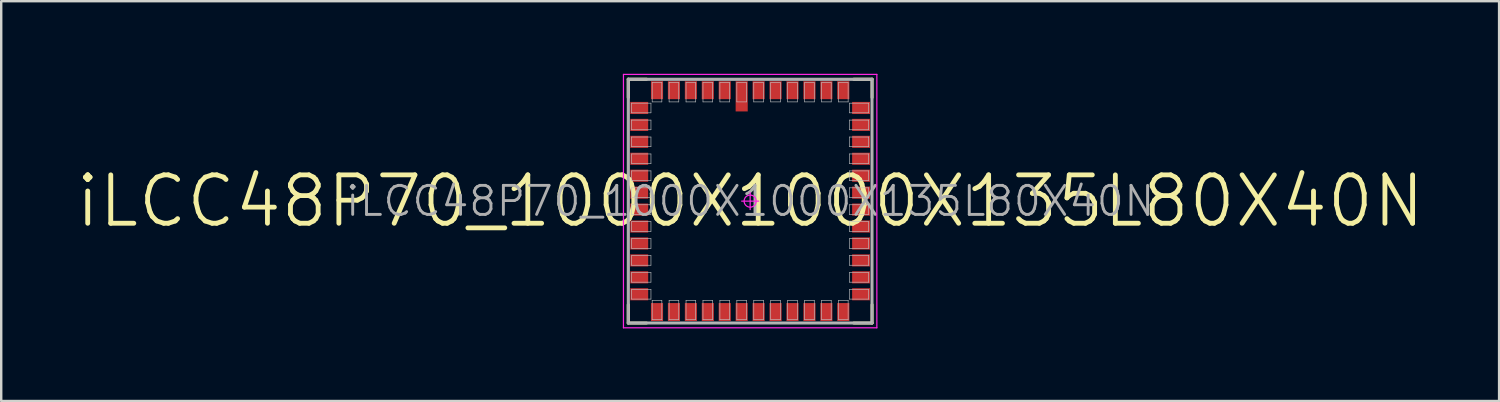
<source format=kicad_pcb>
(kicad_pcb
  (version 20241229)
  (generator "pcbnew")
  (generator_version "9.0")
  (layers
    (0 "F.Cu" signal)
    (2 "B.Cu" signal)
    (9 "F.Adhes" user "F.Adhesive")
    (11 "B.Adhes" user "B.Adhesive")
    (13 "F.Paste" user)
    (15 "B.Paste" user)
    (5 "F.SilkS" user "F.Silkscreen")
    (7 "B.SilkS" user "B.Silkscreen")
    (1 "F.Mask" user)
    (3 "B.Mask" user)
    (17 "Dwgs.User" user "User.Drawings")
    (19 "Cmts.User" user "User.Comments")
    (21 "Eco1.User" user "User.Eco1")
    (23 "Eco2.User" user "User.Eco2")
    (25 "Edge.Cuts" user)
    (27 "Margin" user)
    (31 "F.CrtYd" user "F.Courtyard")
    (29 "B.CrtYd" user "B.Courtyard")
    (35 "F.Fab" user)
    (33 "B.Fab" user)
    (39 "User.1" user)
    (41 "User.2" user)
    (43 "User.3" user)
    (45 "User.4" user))
  (footprint "iLCC48P70_1000X1000X135L80X40N"
    (layer "F.Cu")
    (at 27.957 5.263)
    (property "Reference" "iLCC48P70_1000X1000X135L80X40N" (at 0 0 180) (layer "F.Fab") (effects (font (size 1.2 1.2) (thickness 0.12))))
    (attr smd)
    (fp_line (start -5.04 -5.04) (end -5.04 -4.28) (stroke (width 0.12) (type solid)) (layer "F.SilkS"))
    (fp_line (start -5.04 5.04) (end -5.04 4.28) (stroke (width 0.12) (type solid)) (layer "F.SilkS"))
    (fp_line (start -4.28 -5.04) (end -5.04 -5.04) (stroke (width 0.12) (type solid)) (layer "F.SilkS"))
    (fp_line (start -4.28 5.04) (end -5.04 5.04) (stroke (width 0.12) (type solid)) (layer "F.SilkS"))
    (fp_line (start 4.28 -5.04) (end 5.04 -5.04) (stroke (width 0.12) (type solid)) (layer "F.SilkS"))
    (fp_line (start 4.28 5.04) (end 5.04 5.04) (stroke (width 0.12) (type solid)) (layer "F.SilkS"))
    (fp_line (start 5.04 -5.04) (end 5.04 -4.28) (stroke (width 0.12) (type solid)) (layer "F.SilkS"))
    (fp_line (start 5.04 5.04) (end 5.04 4.28) (stroke (width 0.12) (type solid)) (layer "F.SilkS"))
    (fp_line (start -5 -5) (end 5 -5) (stroke (width 0.025) (type solid)) (layer "Dwgs.User"))
    (fp_line (start -5 5) (end -5 -5) (stroke (width 0.025) (type solid)) (layer "Dwgs.User"))
    (fp_line (start -4.9 -4.05) (end -4.1 -4.05) (stroke (width 0.025) (type solid)) (layer "Dwgs.User"))
    (fp_line (start -4.9 -3.65) (end -4.9 -4.05) (stroke (width 0.025) (type solid)) (layer "Dwgs.User"))
    (fp_line (start -4.9 -3.35) (end -4.1 -3.35) (stroke (width 0.025) (type solid)) (layer "Dwgs.User"))
    (fp_line (start -4.9 -2.95) (end -4.9 -3.35) (stroke (width 0.025) (type solid)) (layer "Dwgs.User"))
    (fp_line (start -4.9 -2.65) (end -4.1 -2.65) (stroke (width 0.025) (type solid)) (layer "Dwgs.User"))
    (fp_line (start -4.9 -2.25) (end -4.9 -2.65) (stroke (width 0.025) (type solid)) (layer "Dwgs.User"))
    (fp_line (start -4.9 -1.95) (end -4.1 -1.95) (stroke (width 0.025) (type solid)) (layer "Dwgs.User"))
    (fp_line (start -4.9 -1.55) (end -4.9 -1.95) (stroke (width 0.025) (type solid)) (layer "Dwgs.User"))
    (fp_line (start -4.9 -1.25) (end -4.1 -1.25) (stroke (width 0.025) (type solid)) (layer "Dwgs.User"))
    (fp_line (start -4.9 -0.85) (end -4.9 -1.25) (stroke (width 0.025) (type solid)) (layer "Dwgs.User"))
    (fp_line (start -4.9 -0.55) (end -4.1 -0.55) (stroke (width 0.025) (type solid)) (layer "Dwgs.User"))
    (fp_line (start -4.9 -0.15) (end -4.9 -0.55) (stroke (width 0.025) (type solid)) (layer "Dwgs.User"))
    (fp_line (start -4.9 0.15) (end -4.1 0.15) (stroke (width 0.025) (type solid)) (layer "Dwgs.User"))
    (fp_line (start -4.9 0.55) (end -4.9 0.15) (stroke (width 0.025) (type solid)) (layer "Dwgs.User"))
    (fp_line (start -4.9 0.85) (end -4.1 0.85) (stroke (width 0.025) (type solid)) (layer "Dwgs.User"))
    (fp_line (start -4.9 1.25) (end -4.9 0.85) (stroke (width 0.025) (type solid)) (layer "Dwgs.User"))
    (fp_line (start -4.9 1.55) (end -4.1 1.55) (stroke (width 0.025) (type solid)) (layer "Dwgs.User"))
    (fp_line (start -4.9 1.95) (end -4.9 1.55) (stroke (width 0.025) (type solid)) (layer "Dwgs.User"))
    (fp_line (start -4.9 2.25) (end -4.1 2.25) (stroke (width 0.025) (type solid)) (layer "Dwgs.User"))
    (fp_line (start -4.9 2.65) (end -4.9 2.25) (stroke (width 0.025) (type solid)) (layer "Dwgs.User"))
    (fp_line (start -4.9 2.95) (end -4.1 2.95) (stroke (width 0.025) (type solid)) (layer "Dwgs.User"))
    (fp_line (start -4.9 3.35) (end -4.9 2.95) (stroke (width 0.025) (type solid)) (layer "Dwgs.User"))
    (fp_line (start -4.9 3.65) (end -4.1 3.65) (stroke (width 0.025) (type solid)) (layer "Dwgs.User"))
    (fp_line (start -4.9 4.05) (end -4.9 3.65) (stroke (width 0.025) (type solid)) (layer "Dwgs.User"))
    (fp_line (start -4.1 -4.05) (end -4.1 -3.65) (stroke (width 0.025) (type solid)) (layer "Dwgs.User"))
    (fp_line (start -4.1 -3.65) (end -4.9 -3.65) (stroke (width 0.025) (type solid)) (layer "Dwgs.User"))
    (fp_line (start -4.1 -3.35) (end -4.1 -2.95) (stroke (width 0.025) (type solid)) (layer "Dwgs.User"))
    (fp_line (start -4.1 -2.95) (end -4.9 -2.95) (stroke (width 0.025) (type solid)) (layer "Dwgs.User"))
    (fp_line (start -4.1 -2.65) (end -4.1 -2.25) (stroke (width 0.025) (type solid)) (layer "Dwgs.User"))
    (fp_line (start -4.1 -2.25) (end -4.9 -2.25) (stroke (width 0.025) (type solid)) (layer "Dwgs.User"))
    (fp_line (start -4.1 -1.95) (end -4.1 -1.55) (stroke (width 0.025) (type solid)) (layer "Dwgs.User"))
    (fp_line (start -4.1 -1.55) (end -4.9 -1.55) (stroke (width 0.025) (type solid)) (layer "Dwgs.User"))
    (fp_line (start -4.1 -1.25) (end -4.1 -0.85) (stroke (width 0.025) (type solid)) (layer "Dwgs.User"))
    (fp_line (start -4.1 -0.85) (end -4.9 -0.85) (stroke (width 0.025) (type solid)) (layer "Dwgs.User"))
    (fp_line (start -4.1 -0.55) (end -4.1 -0.15) (stroke (width 0.025) (type solid)) (layer "Dwgs.User"))
    (fp_line (start -4.1 -0.15) (end -4.9 -0.15) (stroke (width 0.025) (type solid)) (layer "Dwgs.User"))
    (fp_line (start -4.1 0.15) (end -4.1 0.55) (stroke (width 0.025) (type solid)) (layer "Dwgs.User"))
    (fp_line (start -4.1 0.55) (end -4.9 0.55) (stroke (width 0.025) (type solid)) (layer "Dwgs.User"))
    (fp_line (start -4.1 0.85) (end -4.1 1.25) (stroke (width 0.025) (type solid)) (layer "Dwgs.User"))
    (fp_line (start -4.1 1.25) (end -4.9 1.25) (stroke (width 0.025) (type solid)) (layer "Dwgs.User"))
    (fp_line (start -4.1 1.55) (end -4.1 1.95) (stroke (width 0.025) (type solid)) (layer "Dwgs.User"))
    (fp_line (start -4.1 1.95) (end -4.9 1.95) (stroke (width 0.025) (type solid)) (layer "Dwgs.User"))
    (fp_line (start -4.1 2.25) (end -4.1 2.65) (stroke (width 0.025) (type solid)) (layer "Dwgs.User"))
    (fp_line (start -4.1 2.65) (end -4.9 2.65) (stroke (width 0.025) (type solid)) (layer "Dwgs.User"))
    (fp_line (start -4.1 2.95) (end -4.1 3.35) (stroke (width 0.025) (type solid)) (layer "Dwgs.User"))
    (fp_line (start -4.1 3.35) (end -4.9 3.35) (stroke (width 0.025) (type solid)) (layer "Dwgs.User"))
    (fp_line (start -4.1 3.65) (end -4.1 4.05) (stroke (width 0.025) (type solid)) (layer "Dwgs.User"))
    (fp_line (start -4.1 4.05) (end -4.9 4.05) (stroke (width 0.025) (type solid)) (layer "Dwgs.User"))
    (fp_line (start -4.05 -4.9) (end -3.65 -4.9) (stroke (width 0.025) (type solid)) (layer "Dwgs.User"))
    (fp_line (start -4.05 -4.1) (end -4.05 -4.9) (stroke (width 0.025) (type solid)) (layer "Dwgs.User"))
    (fp_line (start -4.05 4.1) (end -3.65 4.1) (stroke (width 0.025) (type solid)) (layer "Dwgs.User"))
    (fp_line (start -4.05 4.9) (end -4.05 4.1) (stroke (width 0.025) (type solid)) (layer "Dwgs.User"))
    (fp_line (start -3.65 -4.9) (end -3.65 -4.1) (stroke (width 0.025) (type solid)) (layer "Dwgs.User"))
    (fp_line (start -3.65 -4.1) (end -4.05 -4.1) (stroke (width 0.025) (type solid)) (layer "Dwgs.User"))
    (fp_line (start -3.65 4.1) (end -3.65 4.9) (stroke (width 0.025) (type solid)) (layer "Dwgs.User"))
    (fp_line (start -3.65 4.9) (end -4.05 4.9) (stroke (width 0.025) (type solid)) (layer "Dwgs.User"))
    (fp_line (start -3.35 -4.9) (end -2.95 -4.9) (stroke (width 0.025) (type solid)) (layer "Dwgs.User"))
    (fp_line (start -3.35 -4.1) (end -3.35 -4.9) (stroke (width 0.025) (type solid)) (layer "Dwgs.User"))
    (fp_line (start -3.35 4.1) (end -2.95 4.1) (stroke (width 0.025) (type solid)) (layer "Dwgs.User"))
    (fp_line (start -3.35 4.9) (end -3.35 4.1) (stroke (width 0.025) (type solid)) (layer "Dwgs.User"))
    (fp_line (start -2.95 -4.9) (end -2.95 -4.1) (stroke (width 0.025) (type solid)) (layer "Dwgs.User"))
    (fp_line (start -2.95 -4.1) (end -3.35 -4.1) (stroke (width 0.025) (type solid)) (layer "Dwgs.User"))
    (fp_line (start -2.95 4.1) (end -2.95 4.9) (stroke (width 0.025) (type solid)) (layer "Dwgs.User"))
    (fp_line (start -2.95 4.9) (end -3.35 4.9) (stroke (width 0.025) (type solid)) (layer "Dwgs.User"))
    (fp_line (start -2.65 -4.9) (end -2.25 -4.9) (stroke (width 0.025) (type solid)) (layer "Dwgs.User"))
    (fp_line (start -2.65 -4.1) (end -2.65 -4.9) (stroke (width 0.025) (type solid)) (layer "Dwgs.User"))
    (fp_line (start -2.65 4.1) (end -2.25 4.1) (stroke (width 0.025) (type solid)) (layer "Dwgs.User"))
    (fp_line (start -2.65 4.9) (end -2.65 4.1) (stroke (width 0.025) (type solid)) (layer "Dwgs.User"))
    (fp_line (start -2.25 -4.9) (end -2.25 -4.1) (stroke (width 0.025) (type solid)) (layer "Dwgs.User"))
    (fp_line (start -2.25 -4.1) (end -2.65 -4.1) (stroke (width 0.025) (type solid)) (layer "Dwgs.User"))
    (fp_line (start -2.25 4.1) (end -2.25 4.9) (stroke (width 0.025) (type solid)) (layer "Dwgs.User"))
    (fp_line (start -2.25 4.9) (end -2.65 4.9) (stroke (width 0.025) (type solid)) (layer "Dwgs.User"))
    (fp_line (start -1.95 -4.9) (end -1.55 -4.9) (stroke (width 0.025) (type solid)) (layer "Dwgs.User"))
    (fp_line (start -1.95 -4.1) (end -1.95 -4.9) (stroke (width 0.025) (type solid)) (layer "Dwgs.User"))
    (fp_line (start -1.95 4.1) (end -1.55 4.1) (stroke (width 0.025) (type solid)) (layer "Dwgs.User"))
    (fp_line (start -1.95 4.9) (end -1.95 4.1) (stroke (width 0.025) (type solid)) (layer "Dwgs.User"))
    (fp_line (start -1.55 -4.9) (end -1.55 -4.1) (stroke (width 0.025) (type solid)) (layer "Dwgs.User"))
    (fp_line (start -1.55 -4.1) (end -1.95 -4.1) (stroke (width 0.025) (type solid)) (layer "Dwgs.User"))
    (fp_line (start -1.55 4.1) (end -1.55 4.9) (stroke (width 0.025) (type solid)) (layer "Dwgs.User"))
    (fp_line (start -1.55 4.9) (end -1.95 4.9) (stroke (width 0.025) (type solid)) (layer "Dwgs.User"))
    (fp_line (start -1.25 -4.9) (end -0.85 -4.9) (stroke (width 0.025) (type solid)) (layer "Dwgs.User"))
    (fp_line (start -1.25 -4.1) (end -1.25 -4.9) (stroke (width 0.025) (type solid)) (layer "Dwgs.User"))
    (fp_line (start -1.25 4.1) (end -0.85 4.1) (stroke (width 0.025) (type solid)) (layer "Dwgs.User"))
    (fp_line (start -1.25 4.9) (end -1.25 4.1) (stroke (width 0.025) (type solid)) (layer "Dwgs.User"))
    (fp_line (start -0.85 -4.9) (end -0.85 -4.1) (stroke (width 0.025) (type solid)) (layer "Dwgs.User"))
    (fp_line (start -0.85 -4.1) (end -1.25 -4.1) (stroke (width 0.025) (type solid)) (layer "Dwgs.User"))
    (fp_line (start -0.85 4.1) (end -0.85 4.9) (stroke (width 0.025) (type solid)) (layer "Dwgs.User"))
    (fp_line (start -0.85 4.9) (end -1.25 4.9) (stroke (width 0.025) (type solid)) (layer "Dwgs.User"))
    (fp_line (start -0.55 -4.9) (end -0.15 -4.9) (stroke (width 0.025) (type solid)) (layer "Dwgs.User"))
    (fp_line (start -0.55 -4.1) (end -0.55 -4.9) (stroke (width 0.025) (type solid)) (layer "Dwgs.User"))
    (fp_line (start -0.55 4.1) (end -0.15 4.1) (stroke (width 0.025) (type solid)) (layer "Dwgs.User"))
    (fp_line (start -0.55 4.9) (end -0.55 4.1) (stroke (width 0.025) (type solid)) (layer "Dwgs.User"))
    (fp_line (start -0.15 -4.9) (end -0.15 -4.1) (stroke (width 0.025) (type solid)) (layer "Dwgs.User"))
    (fp_line (start -0.15 -4.1) (end -0.55 -4.1) (stroke (width 0.025) (type solid)) (layer "Dwgs.User"))
    (fp_line (start -0.15 4.1) (end -0.15 4.9) (stroke (width 0.025) (type solid)) (layer "Dwgs.User"))
    (fp_line (start -0.15 4.9) (end -0.55 4.9) (stroke (width 0.025) (type solid)) (layer "Dwgs.User"))
    (fp_line (start 0.15 -4.9) (end 0.55 -4.9) (stroke (width 0.025) (type solid)) (layer "Dwgs.User"))
    (fp_line (start 0.15 -4.1) (end 0.15 -4.9) (stroke (width 0.025) (type solid)) (layer "Dwgs.User"))
    (fp_line (start 0.15 4.1) (end 0.55 4.1) (stroke (width 0.025) (type solid)) (layer "Dwgs.User"))
    (fp_line (start 0.15 4.9) (end 0.15 4.1) (stroke (width 0.025) (type solid)) (layer "Dwgs.User"))
    (fp_line (start 0.55 -4.9) (end 0.55 -4.1) (stroke (width 0.025) (type solid)) (layer "Dwgs.User"))
    (fp_line (start 0.55 -4.1) (end 0.15 -4.1) (stroke (width 0.025) (type solid)) (layer "Dwgs.User"))
    (fp_line (start 0.55 4.1) (end 0.55 4.9) (stroke (width 0.025) (type solid)) (layer "Dwgs.User"))
    (fp_line (start 0.55 4.9) (end 0.15 4.9) (stroke (width 0.025) (type solid)) (layer "Dwgs.User"))
    (fp_line (start 0.85 -4.9) (end 1.25 -4.9) (stroke (width 0.025) (type solid)) (layer "Dwgs.User"))
    (fp_line (start 0.85 -4.1) (end 0.85 -4.9) (stroke (width 0.025) (type solid)) (layer "Dwgs.User"))
    (fp_line (start 0.85 4.1) (end 1.25 4.1) (stroke (width 0.025) (type solid)) (layer "Dwgs.User"))
    (fp_line (start 0.85 4.9) (end 0.85 4.1) (stroke (width 0.025) (type solid)) (layer "Dwgs.User"))
    (fp_line (start 1.25 -4.9) (end 1.25 -4.1) (stroke (width 0.025) (type solid)) (layer "Dwgs.User"))
    (fp_line (start 1.25 -4.1) (end 0.85 -4.1) (stroke (width 0.025) (type solid)) (layer "Dwgs.User"))
    (fp_line (start 1.25 4.1) (end 1.25 4.9) (stroke (width 0.025) (type solid)) (layer "Dwgs.User"))
    (fp_line (start 1.25 4.9) (end 0.85 4.9) (stroke (width 0.025) (type solid)) (layer "Dwgs.User"))
    (fp_line (start 1.55 -4.9) (end 1.95 -4.9) (stroke (width 0.025) (type solid)) (layer "Dwgs.User"))
    (fp_line (start 1.55 -4.1) (end 1.55 -4.9) (stroke (width 0.025) (type solid)) (layer "Dwgs.User"))
    (fp_line (start 1.55 4.1) (end 1.95 4.1) (stroke (width 0.025) (type solid)) (layer "Dwgs.User"))
    (fp_line (start 1.55 4.9) (end 1.55 4.1) (stroke (width 0.025) (type solid)) (layer "Dwgs.User"))
    (fp_line (start 1.95 -4.9) (end 1.95 -4.1) (stroke (width 0.025) (type solid)) (layer "Dwgs.User"))
    (fp_line (start 1.95 -4.1) (end 1.55 -4.1) (stroke (width 0.025) (type solid)) (layer "Dwgs.User"))
    (fp_line (start 1.95 4.1) (end 1.95 4.9) (stroke (width 0.025) (type solid)) (layer "Dwgs.User"))
    (fp_line (start 1.95 4.9) (end 1.55 4.9) (stroke (width 0.025) (type solid)) (layer "Dwgs.User"))
    (fp_line (start 2.25 -4.9) (end 2.65 -4.9) (stroke (width 0.025) (type solid)) (layer "Dwgs.User"))
    (fp_line (start 2.25 -4.1) (end 2.25 -4.9) (stroke (width 0.025) (type solid)) (layer "Dwgs.User"))
    (fp_line (start 2.25 4.1) (end 2.65 4.1) (stroke (width 0.025) (type solid)) (layer "Dwgs.User"))
    (fp_line (start 2.25 4.9) (end 2.25 4.1) (stroke (width 0.025) (type solid)) (layer "Dwgs.User"))
    (fp_line (start 2.65 -4.9) (end 2.65 -4.1) (stroke (width 0.025) (type solid)) (layer "Dwgs.User"))
    (fp_line (start 2.65 -4.1) (end 2.25 -4.1) (stroke (width 0.025) (type solid)) (layer "Dwgs.User"))
    (fp_line (start 2.65 4.1) (end 2.65 4.9) (stroke (width 0.025) (type solid)) (layer "Dwgs.User"))
    (fp_line (start 2.65 4.9) (end 2.25 4.9) (stroke (width 0.025) (type solid)) (layer "Dwgs.User"))
    (fp_line (start 2.95 -4.9) (end 3.35 -4.9) (stroke (width 0.025) (type solid)) (layer "Dwgs.User"))
    (fp_line (start 2.95 -4.1) (end 2.95 -4.9) (stroke (width 0.025) (type solid)) (layer "Dwgs.User"))
    (fp_line (start 2.95 4.1) (end 3.35 4.1) (stroke (width 0.025) (type solid)) (layer "Dwgs.User"))
    (fp_line (start 2.95 4.9) (end 2.95 4.1) (stroke (width 0.025) (type solid)) (layer "Dwgs.User"))
    (fp_line (start 3.35 -4.9) (end 3.35 -4.1) (stroke (width 0.025) (type solid)) (layer "Dwgs.User"))
    (fp_line (start 3.35 -4.1) (end 2.95 -4.1) (stroke (width 0.025) (type solid)) (layer "Dwgs.User"))
    (fp_line (start 3.35 4.1) (end 3.35 4.9) (stroke (width 0.025) (type solid)) (layer "Dwgs.User"))
    (fp_line (start 3.35 4.9) (end 2.95 4.9) (stroke (width 0.025) (type solid)) (layer "Dwgs.User"))
    (fp_line (start 3.65 -4.9) (end 4.05 -4.9) (stroke (width 0.025) (type solid)) (layer "Dwgs.User"))
    (fp_line (start 3.65 -4.1) (end 3.65 -4.9) (stroke (width 0.025) (type solid)) (layer "Dwgs.User"))
    (fp_line (start 3.65 4.1) (end 4.05 4.1) (stroke (width 0.025) (type solid)) (layer "Dwgs.User"))
    (fp_line (start 3.65 4.9) (end 3.65 4.1) (stroke (width 0.025) (type solid)) (layer "Dwgs.User"))
    (fp_line (start 4.05 -4.9) (end 4.05 -4.1) (stroke (width 0.025) (type solid)) (layer "Dwgs.User"))
    (fp_line (start 4.05 -4.1) (end 3.65 -4.1) (stroke (width 0.025) (type solid)) (layer "Dwgs.User"))
    (fp_line (start 4.05 4.1) (end 4.05 4.9) (stroke (width 0.025) (type solid)) (layer "Dwgs.User"))
    (fp_line (start 4.05 4.9) (end 3.65 4.9) (stroke (width 0.025) (type solid)) (layer "Dwgs.User"))
    (fp_line (start 4.1 -4.05) (end 4.9 -4.05) (stroke (width 0.025) (type solid)) (layer "Dwgs.User"))
    (fp_line (start 4.1 -3.65) (end 4.1 -4.05) (stroke (width 0.025) (type solid)) (layer "Dwgs.User"))
    (fp_line (start 4.1 -3.35) (end 4.9 -3.35) (stroke (width 0.025) (type solid)) (layer "Dwgs.User"))
    (fp_line (start 4.1 -2.95) (end 4.1 -3.35) (stroke (width 0.025) (type solid)) (layer "Dwgs.User"))
    (fp_line (start 4.1 -2.65) (end 4.9 -2.65) (stroke (width 0.025) (type solid)) (layer "Dwgs.User"))
    (fp_line (start 4.1 -2.25) (end 4.1 -2.65) (stroke (width 0.025) (type solid)) (layer "Dwgs.User"))
    (fp_line (start 4.1 -1.95) (end 4.9 -1.95) (stroke (width 0.025) (type solid)) (layer "Dwgs.User"))
    (fp_line (start 4.1 -1.55) (end 4.1 -1.95) (stroke (width 0.025) (type solid)) (layer "Dwgs.User"))
    (fp_line (start 4.1 -1.25) (end 4.9 -1.25) (stroke (width 0.025) (type solid)) (layer "Dwgs.User"))
    (fp_line (start 4.1 -0.85) (end 4.1 -1.25) (stroke (width 0.025) (type solid)) (layer "Dwgs.User"))
    (fp_line (start 4.1 -0.55) (end 4.9 -0.55) (stroke (width 0.025) (type solid)) (layer "Dwgs.User"))
    (fp_line (start 4.1 -0.15) (end 4.1 -0.55) (stroke (width 0.025) (type solid)) (layer "Dwgs.User"))
    (fp_line (start 4.1 0.15) (end 4.9 0.15) (stroke (width 0.025) (type solid)) (layer "Dwgs.User"))
    (fp_line (start 4.1 0.55) (end 4.1 0.15) (stroke (width 0.025) (type solid)) (layer "Dwgs.User"))
    (fp_line (start 4.1 0.85) (end 4.9 0.85) (stroke (width 0.025) (type solid)) (layer "Dwgs.User"))
    (fp_line (start 4.1 1.25) (end 4.1 0.85) (stroke (width 0.025) (type solid)) (layer "Dwgs.User"))
    (fp_line (start 4.1 1.55) (end 4.9 1.55) (stroke (width 0.025) (type solid)) (layer "Dwgs.User"))
    (fp_line (start 4.1 1.95) (end 4.1 1.55) (stroke (width 0.025) (type solid)) (layer "Dwgs.User"))
    (fp_line (start 4.1 2.25) (end 4.9 2.25) (stroke (width 0.025) (type solid)) (layer "Dwgs.User"))
    (fp_line (start 4.1 2.65) (end 4.1 2.25) (stroke (width 0.025) (type solid)) (layer "Dwgs.User"))
    (fp_line (start 4.1 2.95) (end 4.9 2.95) (stroke (width 0.025) (type solid)) (layer "Dwgs.User"))
    (fp_line (start 4.1 3.35) (end 4.1 2.95) (stroke (width 0.025) (type solid)) (layer "Dwgs.User"))
    (fp_line (start 4.1 3.65) (end 4.9 3.65) (stroke (width 0.025) (type solid)) (layer "Dwgs.User"))
    (fp_line (start 4.1 4.05) (end 4.1 3.65) (stroke (width 0.025) (type solid)) (layer "Dwgs.User"))
    (fp_line (start 4.9 -4.05) (end 4.9 -3.65) (stroke (width 0.025) (type solid)) (layer "Dwgs.User"))
    (fp_line (start 4.9 -3.65) (end 4.1 -3.65) (stroke (width 0.025) (type solid)) (layer "Dwgs.User"))
    (fp_line (start 4.9 -3.35) (end 4.9 -2.95) (stroke (width 0.025) (type solid)) (layer "Dwgs.User"))
    (fp_line (start 4.9 -2.95) (end 4.1 -2.95) (stroke (width 0.025) (type solid)) (layer "Dwgs.User"))
    (fp_line (start 4.9 -2.65) (end 4.9 -2.25) (stroke (width 0.025) (type solid)) (layer "Dwgs.User"))
    (fp_line (start 4.9 -2.25) (end 4.1 -2.25) (stroke (width 0.025) (type solid)) (layer "Dwgs.User"))
    (fp_line (start 4.9 -1.95) (end 4.9 -1.55) (stroke (width 0.025) (type solid)) (layer "Dwgs.User"))
    (fp_line (start 4.9 -1.55) (end 4.1 -1.55) (stroke (width 0.025) (type solid)) (layer "Dwgs.User"))
    (fp_line (start 4.9 -1.25) (end 4.9 -0.85) (stroke (width 0.025) (type solid)) (layer "Dwgs.User"))
    (fp_line (start 4.9 -0.85) (end 4.1 -0.85) (stroke (width 0.025) (type solid)) (layer "Dwgs.User"))
    (fp_line (start 4.9 -0.55) (end 4.9 -0.15) (stroke (width 0.025) (type solid)) (layer "Dwgs.User"))
    (fp_line (start 4.9 -0.15) (end 4.1 -0.15) (stroke (width 0.025) (type solid)) (layer "Dwgs.User"))
    (fp_line (start 4.9 0.15) (end 4.9 0.55) (stroke (width 0.025) (type solid)) (layer "Dwgs.User"))
    (fp_line (start 4.9 0.55) (end 4.1 0.55) (stroke (width 0.025) (type solid)) (layer "Dwgs.User"))
    (fp_line (start 4.9 0.85) (end 4.9 1.25) (stroke (width 0.025) (type solid)) (layer "Dwgs.User"))
    (fp_line (start 4.9 1.25) (end 4.1 1.25) (stroke (width 0.025) (type solid)) (layer "Dwgs.User"))
    (fp_line (start 4.9 1.55) (end 4.9 1.95) (stroke (width 0.025) (type solid)) (layer "Dwgs.User"))
    (fp_line (start 4.9 1.95) (end 4.1 1.95) (stroke (width 0.025) (type solid)) (layer "Dwgs.User"))
    (fp_line (start 4.9 2.25) (end 4.9 2.65) (stroke (width 0.025) (type solid)) (layer "Dwgs.User"))
    (fp_line (start 4.9 2.65) (end 4.1 2.65) (stroke (width 0.025) (type solid)) (layer "Dwgs.User"))
    (fp_line (start 4.9 2.95) (end 4.9 3.35) (stroke (width 0.025) (type solid)) (layer "Dwgs.User"))
    (fp_line (start 4.9 3.35) (end 4.1 3.35) (stroke (width 0.025) (type solid)) (layer "Dwgs.User"))
    (fp_line (start 4.9 3.65) (end 4.9 4.05) (stroke (width 0.025) (type solid)) (layer "Dwgs.User"))
    (fp_line (start 4.9 4.05) (end 4.1 4.05) (stroke (width 0.025) (type solid)) (layer "Dwgs.User"))
    (fp_line (start 5 -5) (end 5 5) (stroke (width 0.025) (type solid)) (layer "Dwgs.User"))
    (fp_line (start 5 5) (end -5 5) (stroke (width 0.025) (type solid)) (layer "Dwgs.User"))
    (fp_line (start -5.237 -5.237) (end -5.237 5.237) (stroke (width 0.05) (type solid)) (layer "F.CrtYd"))
    (fp_line (start -5.237 5.237) (end 5.237 5.237) (stroke (width 0.05) (type solid)) (layer "F.CrtYd"))
    (fp_line (start -0.35 0) (end 0.35 0) (stroke (width 0.05) (type solid)) (layer "F.CrtYd"))
    (fp_line (start 0 -0.35) (end 0 0.35) (stroke (width 0.05) (type solid)) (layer "F.CrtYd"))
    (fp_line (start 5.237 -5.237) (end -5.237 -5.237) (stroke (width 0.05) (type solid)) (layer "F.CrtYd"))
    (fp_line (start 5.237 5.237) (end 5.237 -5.237) (stroke (width 0.05) (type solid)) (layer "F.CrtYd"))
    (fp_circle (center 0 0) (end 0 0.25) (stroke (width 0.05) (type solid)) (fill no) (layer "F.CrtYd"))
    (fp_line (start -5.04 -5.04) (end 5.04 -5.04) (stroke (width 0.12) (type solid)) (layer "F.Fab"))
    (fp_line (start -5.04 5.04) (end -5.04 -5.04) (stroke (width 0.12) (type solid)) (layer "F.Fab"))
    (fp_line (start 5.04 -5.04) (end 5.04 5.04) (stroke (width 0.12) (type solid)) (layer "F.Fab"))
    (fp_line (start 5.04 5.04) (end -5.04 5.04) (stroke (width 0.12) (type solid)) (layer "F.Fab"))
    (fp_text user "${REFERENCE}" (at 0 0 180) (layer "F.SilkS") (effects (font (size 2 2) (thickness 0.2))))
    (pad "1" smd rect (at -0.35 -4.331 90) (size 1.248 0.5) (layers "F.Cu" "F.Mask" "F.Paste"))
    (pad "2" smd rect (at -1.05 -4.585 90) (size 0.74 0.5) (layers "F.Cu" "F.Mask" "F.Paste"))
    (pad "3" smd rect (at -1.75 -4.585 90) (size 0.74 0.5) (layers "F.Cu" "F.Mask" "F.Paste"))
    (pad "4" smd rect (at -2.45 -4.585 90) (size 0.74 0.5) (layers "F.Cu" "F.Mask" "F.Paste"))
    (pad "5" smd rect (at -3.15 -4.585 90) (size 0.74 0.5) (layers "F.Cu" "F.Mask" "F.Paste"))
    (pad "6" smd rect (at -3.85 -4.585 90) (size 0.74 0.5) (layers "F.Cu" "F.Mask" "F.Paste"))
    (pad "7" smd rect (at -4.585 -3.85) (size 0.74 0.5) (layers "F.Cu" "F.Mask" "F.Paste"))
    (pad "8" smd rect (at -4.585 -3.15) (size 0.74 0.5) (layers "F.Cu" "F.Mask" "F.Paste"))
    (pad "9" smd rect (at -4.585 -2.45) (size 0.74 0.5) (layers "F.Cu" "F.Mask" "F.Paste"))
    (pad "10" smd rect (at -4.585 -1.75) (size 0.74 0.5) (layers "F.Cu" "F.Mask" "F.Paste"))
    (pad "11" smd rect (at -4.585 -1.05) (size 0.74 0.5) (layers "F.Cu" "F.Mask" "F.Paste"))
    (pad "12" smd rect (at -4.585 -0.35) (size 0.74 0.5) (layers "F.Cu" "F.Mask" "F.Paste"))
    (pad "13" smd rect (at -4.585 0.35) (size 0.74 0.5) (layers "F.Cu" "F.Mask" "F.Paste"))
    (pad "14" smd rect (at -4.585 1.05) (size 0.74 0.5) (layers "F.Cu" "F.Mask" "F.Paste"))
    (pad "15" smd rect (at -4.585 1.75) (size 0.74 0.5) (layers "F.Cu" "F.Mask" "F.Paste"))
    (pad "16" smd rect (at -4.585 2.45) (size 0.74 0.5) (layers "F.Cu" "F.Mask" "F.Paste"))
    (pad "17" smd rect (at -4.585 3.15) (size 0.74 0.5) (layers "F.Cu" "F.Mask" "F.Paste"))
    (pad "18" smd rect (at -4.585 3.85) (size 0.74 0.5) (layers "F.Cu" "F.Mask" "F.Paste"))
    (pad "19" smd rect (at -3.85 4.585 90) (size 0.74 0.5) (layers "F.Cu" "F.Mask" "F.Paste"))
    (pad "20" smd rect (at -3.15 4.585 90) (size 0.74 0.5) (layers "F.Cu" "F.Mask" "F.Paste"))
    (pad "21" smd rect (at -2.45 4.585 90) (size 0.74 0.5) (layers "F.Cu" "F.Mask" "F.Paste"))
    (pad "22" smd rect (at -1.75 4.585 90) (size 0.74 0.5) (layers "F.Cu" "F.Mask" "F.Paste"))
    (pad "23" smd rect (at -1.05 4.585 90) (size 0.74 0.5) (layers "F.Cu" "F.Mask" "F.Paste"))
    (pad "24" smd rect (at -0.35 4.585 90) (size 0.74 0.5) (layers "F.Cu" "F.Mask" "F.Paste"))
    (pad "25" smd rect (at 0.35 4.585 90) (size 0.74 0.5) (layers "F.Cu" "F.Mask" "F.Paste"))
    (pad "26" smd rect (at 1.05 4.585 90) (size 0.74 0.5) (layers "F.Cu" "F.Mask" "F.Paste"))
    (pad "27" smd rect (at 1.75 4.585 90) (size 0.74 0.5) (layers "F.Cu" "F.Mask" "F.Paste"))
    (pad "28" smd rect (at 2.45 4.585 90) (size 0.74 0.5) (layers "F.Cu" "F.Mask" "F.Paste"))
    (pad "29" smd rect (at 3.15 4.585 90) (size 0.74 0.5) (layers "F.Cu" "F.Mask" "F.Paste"))
    (pad "30" smd rect (at 3.85 4.585 90) (size 0.74 0.5) (layers "F.Cu" "F.Mask" "F.Paste"))
    (pad "31" smd rect (at 4.585 3.85) (size 0.74 0.5) (layers "F.Cu" "F.Mask" "F.Paste"))
    (pad "32" smd rect (at 4.585 3.15) (size 0.74 0.5) (layers "F.Cu" "F.Mask" "F.Paste"))
    (pad "33" smd rect (at 4.585 2.45) (size 0.74 0.5) (layers "F.Cu" "F.Mask" "F.Paste"))
    (pad "34" smd rect (at 4.585 1.75) (size 0.74 0.5) (layers "F.Cu" "F.Mask" "F.Paste"))
    (pad "35" smd rect (at 4.585 1.05) (size 0.74 0.5) (layers "F.Cu" "F.Mask" "F.Paste"))
    (pad "36" smd rect (at 4.585 0.35) (size 0.74 0.5) (layers "F.Cu" "F.Mask" "F.Paste"))
    (pad "37" smd rect (at 4.585 -0.35) (size 0.74 0.5) (layers "F.Cu" "F.Mask" "F.Paste"))
    (pad "38" smd rect (at 4.585 -1.05) (size 0.74 0.5) (layers "F.Cu" "F.Mask" "F.Paste"))
    (pad "39" smd rect (at 4.585 -1.75) (size 0.74 0.5) (layers "F.Cu" "F.Mask" "F.Paste"))
    (pad "40" smd rect (at 4.585 -2.45) (size 0.74 0.5) (layers "F.Cu" "F.Mask" "F.Paste"))
    (pad "41" smd rect (at 4.585 -3.15) (size 0.74 0.5) (layers "F.Cu" "F.Mask" "F.Paste"))
    (pad "42" smd rect (at 4.585 -3.85) (size 0.74 0.5) (layers "F.Cu" "F.Mask" "F.Paste"))
    (pad "43" smd rect (at 3.85 -4.585 90) (size 0.74 0.5) (layers "F.Cu" "F.Mask" "F.Paste"))
    (pad "44" smd rect (at 3.15 -4.585 90) (size 0.74 0.5) (layers "F.Cu" "F.Mask" "F.Paste"))
    (pad "45" smd rect (at 2.45 -4.585 90) (size 0.74 0.5) (layers "F.Cu" "F.Mask" "F.Paste"))
    (pad "46" smd rect (at 1.75 -4.585 90) (size 0.74 0.5) (layers "F.Cu" "F.Mask" "F.Paste"))
    (pad "47" smd rect (at 1.05 -4.585 90) (size 0.74 0.5) (layers "F.Cu" "F.Mask" "F.Paste"))
    (pad "48" smd rect (at 0.35 -4.585 90) (size 0.74 0.5) (layers "F.Cu" "F.Mask" "F.Paste")))
  (gr_rect
    (start -3 -3)
    (end 58.914 13.525)
    (stroke (width 0.1) (type default))
    (fill no)
    (layer "Edge.Cuts")))
</source>
